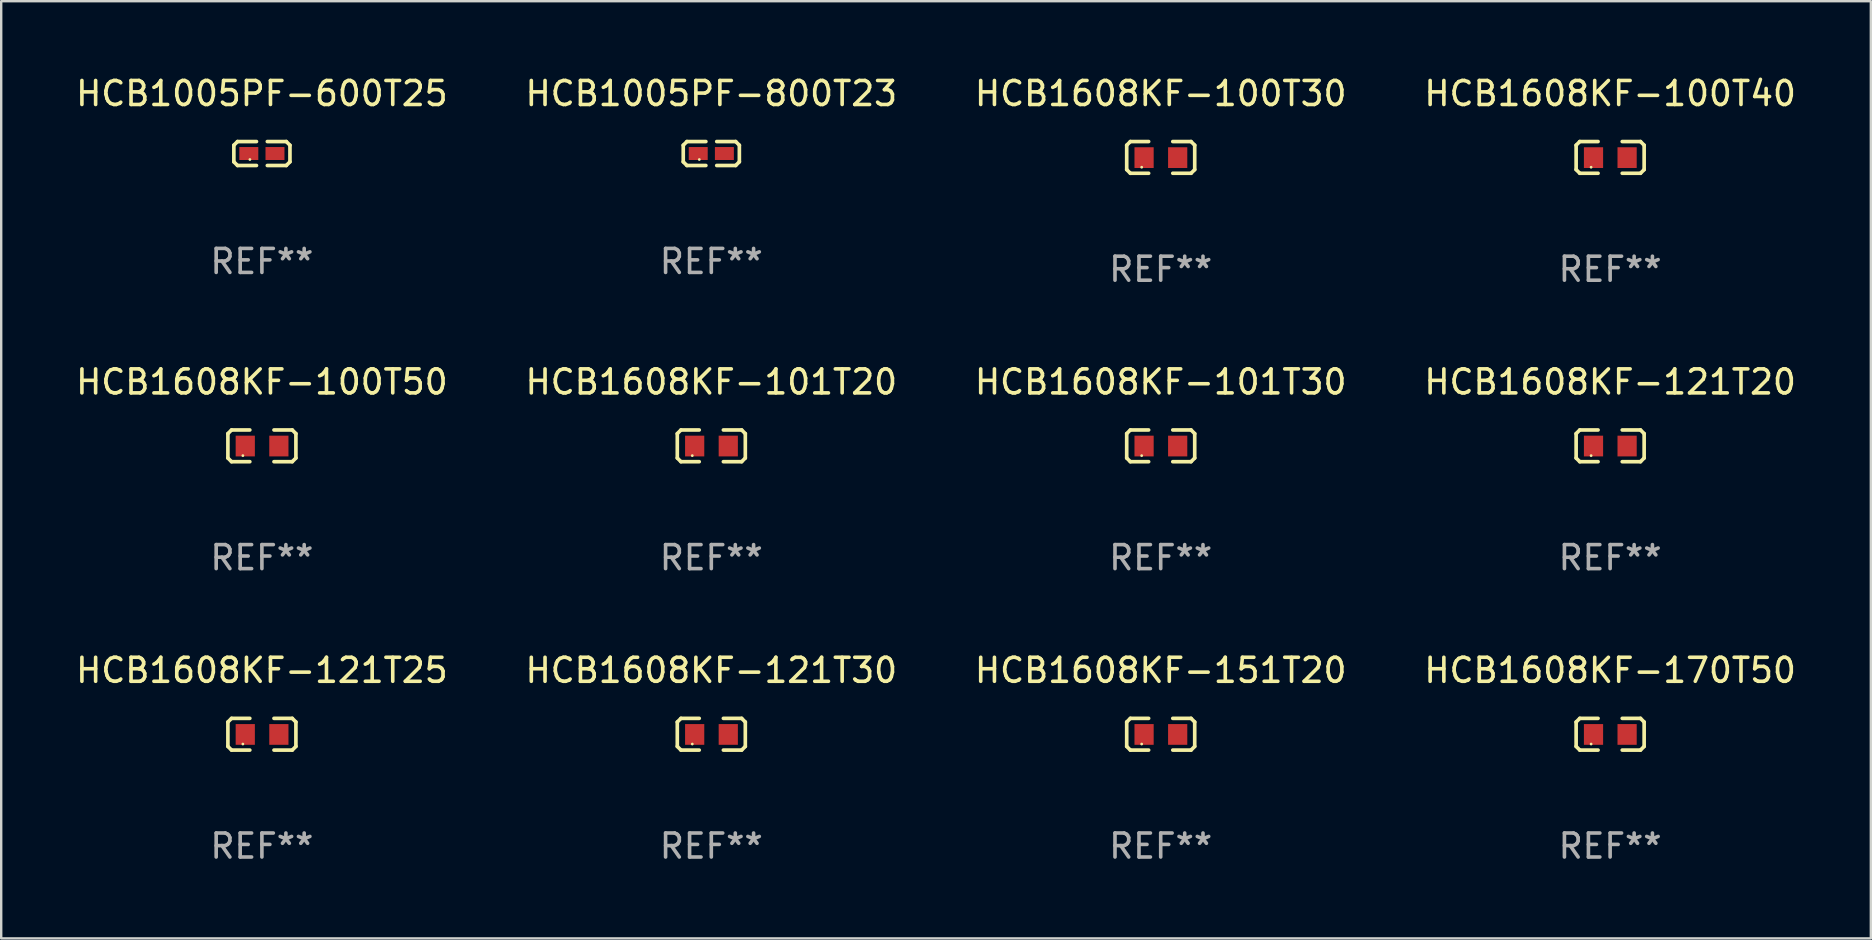
<source format=kicad_pcb>
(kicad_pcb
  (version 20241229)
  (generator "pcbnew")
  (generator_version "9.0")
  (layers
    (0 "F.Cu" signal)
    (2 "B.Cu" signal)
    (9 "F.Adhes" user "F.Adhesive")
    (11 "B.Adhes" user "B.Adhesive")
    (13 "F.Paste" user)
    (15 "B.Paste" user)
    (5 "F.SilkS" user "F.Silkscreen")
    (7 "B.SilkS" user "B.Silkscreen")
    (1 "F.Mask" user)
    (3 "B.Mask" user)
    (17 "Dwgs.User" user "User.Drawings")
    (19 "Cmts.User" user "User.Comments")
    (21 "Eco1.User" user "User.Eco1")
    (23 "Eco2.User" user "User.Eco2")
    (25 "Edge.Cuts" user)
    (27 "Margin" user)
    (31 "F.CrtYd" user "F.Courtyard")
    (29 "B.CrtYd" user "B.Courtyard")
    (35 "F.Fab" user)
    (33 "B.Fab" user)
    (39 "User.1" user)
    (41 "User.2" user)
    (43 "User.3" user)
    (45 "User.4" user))
  (footprint "HCB1608KF-100T50"
    (layer "F.Cu")
    (at 7.863 15.527)
    (property "Reference" "HCB1608KF-100T50" (at 0 -2.661 0) (layer "F.SilkS") (effects (font (size 1 1) (thickness 0.15))))
    (attr through_hole)
    (fp_line (start -1.417 -0.508) (end -1.265 -0.661) (stroke (width 0.152) (type solid)) (layer "F.SilkS"))
    (fp_line (start -1.417 0.508) (end -1.417 -0.508) (stroke (width 0.152) (type solid)) (layer "F.SilkS"))
    (fp_line (start -1.265 -0.661) (end -0.503 -0.661) (stroke (width 0.152) (type solid)) (layer "F.SilkS"))
    (fp_line (start -1.265 0.661) (end -1.417 0.508) (stroke (width 0.152) (type solid)) (layer "F.SilkS"))
    (fp_line (start -1.265 0.661) (end -0.503 0.661) (stroke (width 0.152) (type solid)) (layer "F.SilkS"))
    (fp_line (start 1.265 -0.661) (end 0.503 -0.661) (stroke (width 0.152) (type solid)) (layer "F.SilkS"))
    (fp_line (start 1.265 -0.661) (end 1.417 -0.508) (stroke (width 0.152) (type solid)) (layer "F.SilkS"))
    (fp_line (start 1.265 0.661) (end 0.503 0.661) (stroke (width 0.152) (type solid)) (layer "F.SilkS"))
    (fp_line (start 1.417 -0.508) (end 1.417 0.508) (stroke (width 0.152) (type solid)) (layer "F.SilkS"))
    (fp_line (start 1.417 0.508) (end 1.265 0.661) (stroke (width 0.152) (type solid)) (layer "F.SilkS"))
    (fp_circle (center -0.793 0.409) (end -0.763 0.409) (stroke (width 0.06) (type solid)) (fill no) (layer "F.SilkS"))
    (fp_text user "REF**" (at 0 4.661 0) (layer "F.Fab") (effects (font (size 1 1) (thickness 0.15))))
    (pad "1" smd rect (at -0.693 0.009 180) (size 0.8 0.864) (layers "F.Cu" "F.Mask" "F.Paste"))
    (pad "2" smd rect (at 0.707 0.009 180) (size 0.8 0.864) (layers "F.Cu" "F.Mask" "F.Paste")))
  (footprint "HCB1608KF-121T30"
    (layer "F.Cu")
    (at 26.589 27.544)
    (property "Reference" "HCB1608KF-121T30" (at 0 -2.661 0) (layer "F.SilkS") (effects (font (size 1 1) (thickness 0.15))))
    (attr through_hole)
    (fp_line (start -1.417 -0.508) (end -1.265 -0.661) (stroke (width 0.152) (type solid)) (layer "F.SilkS"))
    (fp_line (start -1.417 0.508) (end -1.417 -0.508) (stroke (width 0.152) (type solid)) (layer "F.SilkS"))
    (fp_line (start -1.265 -0.661) (end -0.503 -0.661) (stroke (width 0.152) (type solid)) (layer "F.SilkS"))
    (fp_line (start -1.265 0.661) (end -1.417 0.508) (stroke (width 0.152) (type solid)) (layer "F.SilkS"))
    (fp_line (start -1.265 0.661) (end -0.503 0.661) (stroke (width 0.152) (type solid)) (layer "F.SilkS"))
    (fp_line (start 1.265 -0.661) (end 0.503 -0.661) (stroke (width 0.152) (type solid)) (layer "F.SilkS"))
    (fp_line (start 1.265 -0.661) (end 1.417 -0.508) (stroke (width 0.152) (type solid)) (layer "F.SilkS"))
    (fp_line (start 1.265 0.661) (end 0.503 0.661) (stroke (width 0.152) (type solid)) (layer "F.SilkS"))
    (fp_line (start 1.417 -0.508) (end 1.417 0.508) (stroke (width 0.152) (type solid)) (layer "F.SilkS"))
    (fp_line (start 1.417 0.508) (end 1.265 0.661) (stroke (width 0.152) (type solid)) (layer "F.SilkS"))
    (fp_circle (center -0.793 0.409) (end -0.763 0.409) (stroke (width 0.06) (type solid)) (fill no) (layer "F.SilkS"))
    (fp_text user "REF**" (at 0 4.661 0) (layer "F.Fab") (effects (font (size 1 1) (thickness 0.15))))
    (pad "1" smd rect (at -0.693 0.009 180) (size 0.8 0.864) (layers "F.Cu" "F.Mask" "F.Paste"))
    (pad "2" smd rect (at 0.707 0.009 180) (size 0.8 0.864) (layers "F.Cu" "F.Mask" "F.Paste")))
  (footprint "HCB1608KF-121T25"
    (layer "F.Cu")
    (at 7.863 27.544)
    (property "Reference" "HCB1608KF-121T25" (at 0 -2.661 0) (layer "F.SilkS") (effects (font (size 1 1) (thickness 0.15))))
    (attr through_hole)
    (fp_line (start -1.417 -0.508) (end -1.265 -0.661) (stroke (width 0.152) (type solid)) (layer "F.SilkS"))
    (fp_line (start -1.417 0.508) (end -1.417 -0.508) (stroke (width 0.152) (type solid)) (layer "F.SilkS"))
    (fp_line (start -1.265 -0.661) (end -0.503 -0.661) (stroke (width 0.152) (type solid)) (layer "F.SilkS"))
    (fp_line (start -1.265 0.661) (end -1.417 0.508) (stroke (width 0.152) (type solid)) (layer "F.SilkS"))
    (fp_line (start -1.265 0.661) (end -0.503 0.661) (stroke (width 0.152) (type solid)) (layer "F.SilkS"))
    (fp_line (start 1.265 -0.661) (end 0.503 -0.661) (stroke (width 0.152) (type solid)) (layer "F.SilkS"))
    (fp_line (start 1.265 -0.661) (end 1.417 -0.508) (stroke (width 0.152) (type solid)) (layer "F.SilkS"))
    (fp_line (start 1.265 0.661) (end 0.503 0.661) (stroke (width 0.152) (type solid)) (layer "F.SilkS"))
    (fp_line (start 1.417 -0.508) (end 1.417 0.508) (stroke (width 0.152) (type solid)) (layer "F.SilkS"))
    (fp_line (start 1.417 0.508) (end 1.265 0.661) (stroke (width 0.152) (type solid)) (layer "F.SilkS"))
    (fp_circle (center -0.793 0.409) (end -0.763 0.409) (stroke (width 0.06) (type solid)) (fill no) (layer "F.SilkS"))
    (fp_text user "REF**" (at 0 4.661 0) (layer "F.Fab") (effects (font (size 1 1) (thickness 0.15))))
    (pad "1" smd rect (at -0.693 0.009 180) (size 0.8 0.864) (layers "F.Cu" "F.Mask" "F.Paste"))
    (pad "2" smd rect (at 0.707 0.009 180) (size 0.8 0.864) (layers "F.Cu" "F.Mask" "F.Paste")))
  (footprint "HCB1608KF-151T20"
    (layer "F.Cu")
    (at 45.315 27.544)
    (property "Reference" "HCB1608KF-151T20" (at 0 -2.661 0) (layer "F.SilkS") (effects (font (size 1 1) (thickness 0.15))))
    (attr through_hole)
    (fp_line (start -1.417 -0.508) (end -1.265 -0.661) (stroke (width 0.152) (type solid)) (layer "F.SilkS"))
    (fp_line (start -1.417 0.508) (end -1.417 -0.508) (stroke (width 0.152) (type solid)) (layer "F.SilkS"))
    (fp_line (start -1.265 -0.661) (end -0.503 -0.661) (stroke (width 0.152) (type solid)) (layer "F.SilkS"))
    (fp_line (start -1.265 0.661) (end -1.417 0.508) (stroke (width 0.152) (type solid)) (layer "F.SilkS"))
    (fp_line (start -1.265 0.661) (end -0.503 0.661) (stroke (width 0.152) (type solid)) (layer "F.SilkS"))
    (fp_line (start 1.265 -0.661) (end 0.503 -0.661) (stroke (width 0.152) (type solid)) (layer "F.SilkS"))
    (fp_line (start 1.265 -0.661) (end 1.417 -0.508) (stroke (width 0.152) (type solid)) (layer "F.SilkS"))
    (fp_line (start 1.265 0.661) (end 0.503 0.661) (stroke (width 0.152) (type solid)) (layer "F.SilkS"))
    (fp_line (start 1.417 -0.508) (end 1.417 0.508) (stroke (width 0.152) (type solid)) (layer "F.SilkS"))
    (fp_line (start 1.417 0.508) (end 1.265 0.661) (stroke (width 0.152) (type solid)) (layer "F.SilkS"))
    (fp_circle (center -0.793 0.409) (end -0.763 0.409) (stroke (width 0.06) (type solid)) (fill no) (layer "F.SilkS"))
    (fp_text user "REF**" (at 0 4.661 0) (layer "F.Fab") (effects (font (size 1 1) (thickness 0.15))))
    (pad "1" smd rect (at -0.693 0.009 180) (size 0.8 0.864) (layers "F.Cu" "F.Mask" "F.Paste"))
    (pad "2" smd rect (at 0.707 0.009 180) (size 0.8 0.864) (layers "F.Cu" "F.Mask" "F.Paste")))
  (footprint "HCB1608KF-100T40"
    (layer "F.Cu")
    (at 64.042 3.509)
    (property "Reference" "HCB1608KF-100T40" (at 0 -2.661 0) (layer "F.SilkS") (effects (font (size 1 1) (thickness 0.15))))
    (attr through_hole)
    (fp_line (start -1.417 -0.508) (end -1.265 -0.661) (stroke (width 0.152) (type solid)) (layer "F.SilkS"))
    (fp_line (start -1.417 0.508) (end -1.417 -0.508) (stroke (width 0.152) (type solid)) (layer "F.SilkS"))
    (fp_line (start -1.265 -0.661) (end -0.503 -0.661) (stroke (width 0.152) (type solid)) (layer "F.SilkS"))
    (fp_line (start -1.265 0.661) (end -1.417 0.508) (stroke (width 0.152) (type solid)) (layer "F.SilkS"))
    (fp_line (start -1.265 0.661) (end -0.503 0.661) (stroke (width 0.152) (type solid)) (layer "F.SilkS"))
    (fp_line (start 1.265 -0.661) (end 0.503 -0.661) (stroke (width 0.152) (type solid)) (layer "F.SilkS"))
    (fp_line (start 1.265 -0.661) (end 1.417 -0.508) (stroke (width 0.152) (type solid)) (layer "F.SilkS"))
    (fp_line (start 1.265 0.661) (end 0.503 0.661) (stroke (width 0.152) (type solid)) (layer "F.SilkS"))
    (fp_line (start 1.417 -0.508) (end 1.417 0.508) (stroke (width 0.152) (type solid)) (layer "F.SilkS"))
    (fp_line (start 1.417 0.508) (end 1.265 0.661) (stroke (width 0.152) (type solid)) (layer "F.SilkS"))
    (fp_circle (center -0.793 0.409) (end -0.763 0.409) (stroke (width 0.06) (type solid)) (fill no) (layer "F.SilkS"))
    (fp_text user "REF**" (at 0 4.661 0) (layer "F.Fab") (effects (font (size 1 1) (thickness 0.15))))
    (pad "1" smd rect (at -0.693 0.009 180) (size 0.8 0.864) (layers "F.Cu" "F.Mask" "F.Paste"))
    (pad "2" smd rect (at 0.707 0.009 180) (size 0.8 0.864) (layers "F.Cu" "F.Mask" "F.Paste")))
  (footprint "HCB1608KF-101T20"
    (layer "F.Cu")
    (at 26.589 15.527)
    (property "Reference" "HCB1608KF-101T20" (at 0 -2.661 0) (layer "F.SilkS") (effects (font (size 1 1) (thickness 0.15))))
    (attr through_hole)
    (fp_line (start -1.417 -0.508) (end -1.265 -0.661) (stroke (width 0.152) (type solid)) (layer "F.SilkS"))
    (fp_line (start -1.417 0.508) (end -1.417 -0.508) (stroke (width 0.152) (type solid)) (layer "F.SilkS"))
    (fp_line (start -1.265 -0.661) (end -0.503 -0.661) (stroke (width 0.152) (type solid)) (layer "F.SilkS"))
    (fp_line (start -1.265 0.661) (end -1.417 0.508) (stroke (width 0.152) (type solid)) (layer "F.SilkS"))
    (fp_line (start -1.265 0.661) (end -0.503 0.661) (stroke (width 0.152) (type solid)) (layer "F.SilkS"))
    (fp_line (start 1.265 -0.661) (end 0.503 -0.661) (stroke (width 0.152) (type solid)) (layer "F.SilkS"))
    (fp_line (start 1.265 -0.661) (end 1.417 -0.508) (stroke (width 0.152) (type solid)) (layer "F.SilkS"))
    (fp_line (start 1.265 0.661) (end 0.503 0.661) (stroke (width 0.152) (type solid)) (layer "F.SilkS"))
    (fp_line (start 1.417 -0.508) (end 1.417 0.508) (stroke (width 0.152) (type solid)) (layer "F.SilkS"))
    (fp_line (start 1.417 0.508) (end 1.265 0.661) (stroke (width 0.152) (type solid)) (layer "F.SilkS"))
    (fp_circle (center -0.793 0.409) (end -0.763 0.409) (stroke (width 0.06) (type solid)) (fill no) (layer "F.SilkS"))
    (fp_text user "REF**" (at 0 4.661 0) (layer "F.Fab") (effects (font (size 1 1) (thickness 0.15))))
    (pad "1" smd rect (at -0.693 0.009 180) (size 0.8 0.864) (layers "F.Cu" "F.Mask" "F.Paste"))
    (pad "2" smd rect (at 0.707 0.009 180) (size 0.8 0.864) (layers "F.Cu" "F.Mask" "F.Paste")))
  (footprint "HCB1005PF-600T25"
    (layer "F.Cu")
    (at 7.863 3.347)
    (property "Reference" "HCB1005PF-600T25" (at 0 -2.499 0) (layer "F.SilkS") (effects (font (size 1 1) (thickness 0.15))))
    (attr through_hole)
    (fp_line (start -1.169 -0.346) (end -1.016 -0.499) (stroke (width 0.152) (type solid)) (layer "F.SilkS"))
    (fp_line (start -1.169 0.346) (end -1.169 -0.346) (stroke (width 0.152) (type solid)) (layer "F.SilkS"))
    (fp_line (start -1.016 -0.499) (end -0.226 -0.499) (stroke (width 0.152) (type solid)) (layer "F.SilkS"))
    (fp_line (start -1.016 0.499) (end -1.169 0.346) (stroke (width 0.152) (type solid)) (layer "F.SilkS"))
    (fp_line (start -0.226 0.499) (end -1.016 0.499) (stroke (width 0.152) (type solid)) (layer "F.SilkS"))
    (fp_line (start 0.226 0.499) (end 1.016 0.499) (stroke (width 0.152) (type solid)) (layer "F.SilkS"))
    (fp_line (start 1.016 -0.499) (end 0.226 -0.499) (stroke (width 0.152) (type solid)) (layer "F.SilkS"))
    (fp_line (start 1.016 0.499) (end 1.169 0.346) (stroke (width 0.152) (type solid)) (layer "F.SilkS"))
    (fp_line (start 1.169 -0.346) (end 1.016 -0.499) (stroke (width 0.152) (type solid)) (layer "F.SilkS"))
    (fp_line (start 1.169 0.346) (end 1.169 -0.346) (stroke (width 0.152) (type solid)) (layer "F.SilkS"))
    (fp_circle (center -0.5 0.25) (end -0.47 0.25) (stroke (width 0.06) (type solid)) (fill no) (layer "F.SilkS"))
    (fp_text user "REF**" (at 0 4.499 0) (layer "F.Fab") (effects (font (size 1 1) (thickness 0.15))))
    (pad "1" smd rect (at -0.545 0) (size 0.79 0.54) (layers "F.Cu" "F.Mask" "F.Paste"))
    (pad "2" smd rect (at 0.545 0) (size 0.79 0.54) (layers "F.Cu" "F.Mask" "F.Paste")))
  (footprint "HCB1005PF-800T23"
    (layer "F.Cu")
    (at 26.589 3.347)
    (property "Reference" "HCB1005PF-800T23" (at 0 -2.499 0) (layer "F.SilkS") (effects (font (size 1 1) (thickness 0.15))))
    (attr through_hole)
    (fp_line (start -1.169 -0.346) (end -1.016 -0.499) (stroke (width 0.152) (type solid)) (layer "F.SilkS"))
    (fp_line (start -1.169 0.346) (end -1.169 -0.346) (stroke (width 0.152) (type solid)) (layer "F.SilkS"))
    (fp_line (start -1.016 -0.499) (end -0.226 -0.499) (stroke (width 0.152) (type solid)) (layer "F.SilkS"))
    (fp_line (start -1.016 0.499) (end -1.169 0.346) (stroke (width 0.152) (type solid)) (layer "F.SilkS"))
    (fp_line (start -0.226 0.499) (end -1.016 0.499) (stroke (width 0.152) (type solid)) (layer "F.SilkS"))
    (fp_line (start 0.226 0.499) (end 1.016 0.499) (stroke (width 0.152) (type solid)) (layer "F.SilkS"))
    (fp_line (start 1.016 -0.499) (end 0.226 -0.499) (stroke (width 0.152) (type solid)) (layer "F.SilkS"))
    (fp_line (start 1.016 0.499) (end 1.169 0.346) (stroke (width 0.152) (type solid)) (layer "F.SilkS"))
    (fp_line (start 1.169 -0.346) (end 1.016 -0.499) (stroke (width 0.152) (type solid)) (layer "F.SilkS"))
    (fp_line (start 1.169 0.346) (end 1.169 -0.346) (stroke (width 0.152) (type solid)) (layer "F.SilkS"))
    (fp_circle (center -0.5 0.25) (end -0.47 0.25) (stroke (width 0.06) (type solid)) (fill no) (layer "F.SilkS"))
    (fp_text user "REF**" (at 0 4.499 0) (layer "F.Fab") (effects (font (size 1 1) (thickness 0.15))))
    (pad "1" smd rect (at -0.545 0) (size 0.79 0.54) (layers "F.Cu" "F.Mask" "F.Paste"))
    (pad "2" smd rect (at 0.545 0) (size 0.79 0.54) (layers "F.Cu" "F.Mask" "F.Paste")))
  (footprint "HCB1608KF-100T30"
    (layer "F.Cu")
    (at 45.315 3.509)
    (property "Reference" "HCB1608KF-100T30" (at 0 -2.661 0) (layer "F.SilkS") (effects (font (size 1 1) (thickness 0.15))))
    (attr through_hole)
    (fp_line (start -1.417 -0.508) (end -1.265 -0.661) (stroke (width 0.152) (type solid)) (layer "F.SilkS"))
    (fp_line (start -1.417 0.508) (end -1.417 -0.508) (stroke (width 0.152) (type solid)) (layer "F.SilkS"))
    (fp_line (start -1.265 -0.661) (end -0.503 -0.661) (stroke (width 0.152) (type solid)) (layer "F.SilkS"))
    (fp_line (start -1.265 0.661) (end -1.417 0.508) (stroke (width 0.152) (type solid)) (layer "F.SilkS"))
    (fp_line (start -1.265 0.661) (end -0.503 0.661) (stroke (width 0.152) (type solid)) (layer "F.SilkS"))
    (fp_line (start 1.265 -0.661) (end 0.503 -0.661) (stroke (width 0.152) (type solid)) (layer "F.SilkS"))
    (fp_line (start 1.265 -0.661) (end 1.417 -0.508) (stroke (width 0.152) (type solid)) (layer "F.SilkS"))
    (fp_line (start 1.265 0.661) (end 0.503 0.661) (stroke (width 0.152) (type solid)) (layer "F.SilkS"))
    (fp_line (start 1.417 -0.508) (end 1.417 0.508) (stroke (width 0.152) (type solid)) (layer "F.SilkS"))
    (fp_line (start 1.417 0.508) (end 1.265 0.661) (stroke (width 0.152) (type solid)) (layer "F.SilkS"))
    (fp_circle (center -0.793 0.409) (end -0.763 0.409) (stroke (width 0.06) (type solid)) (fill no) (layer "F.SilkS"))
    (fp_text user "REF**" (at 0 4.661 0) (layer "F.Fab") (effects (font (size 1 1) (thickness 0.15))))
    (pad "1" smd rect (at -0.693 0.009 180) (size 0.8 0.864) (layers "F.Cu" "F.Mask" "F.Paste"))
    (pad "2" smd rect (at 0.707 0.009 180) (size 0.8 0.864) (layers "F.Cu" "F.Mask" "F.Paste")))
  (footprint "HCB1608KF-101T30"
    (layer "F.Cu")
    (at 45.315 15.527)
    (property "Reference" "HCB1608KF-101T30" (at 0 -2.661 0) (layer "F.SilkS") (effects (font (size 1 1) (thickness 0.15))))
    (attr through_hole)
    (fp_line (start -1.417 -0.508) (end -1.265 -0.661) (stroke (width 0.152) (type solid)) (layer "F.SilkS"))
    (fp_line (start -1.417 0.508) (end -1.417 -0.508) (stroke (width 0.152) (type solid)) (layer "F.SilkS"))
    (fp_line (start -1.265 -0.661) (end -0.503 -0.661) (stroke (width 0.152) (type solid)) (layer "F.SilkS"))
    (fp_line (start -1.265 0.661) (end -1.417 0.508) (stroke (width 0.152) (type solid)) (layer "F.SilkS"))
    (fp_line (start -1.265 0.661) (end -0.503 0.661) (stroke (width 0.152) (type solid)) (layer "F.SilkS"))
    (fp_line (start 1.265 -0.661) (end 0.503 -0.661) (stroke (width 0.152) (type solid)) (layer "F.SilkS"))
    (fp_line (start 1.265 -0.661) (end 1.417 -0.508) (stroke (width 0.152) (type solid)) (layer "F.SilkS"))
    (fp_line (start 1.265 0.661) (end 0.503 0.661) (stroke (width 0.152) (type solid)) (layer "F.SilkS"))
    (fp_line (start 1.417 -0.508) (end 1.417 0.508) (stroke (width 0.152) (type solid)) (layer "F.SilkS"))
    (fp_line (start 1.417 0.508) (end 1.265 0.661) (stroke (width 0.152) (type solid)) (layer "F.SilkS"))
    (fp_circle (center -0.793 0.409) (end -0.763 0.409) (stroke (width 0.06) (type solid)) (fill no) (layer "F.SilkS"))
    (fp_text user "REF**" (at 0 4.661 0) (layer "F.Fab") (effects (font (size 1 1) (thickness 0.15))))
    (pad "1" smd rect (at -0.693 0.009 180) (size 0.8 0.864) (layers "F.Cu" "F.Mask" "F.Paste"))
    (pad "2" smd rect (at 0.707 0.009 180) (size 0.8 0.864) (layers "F.Cu" "F.Mask" "F.Paste")))
  (footprint "HCB1608KF-121T20"
    (layer "F.Cu")
    (at 64.042 15.527)
    (property "Reference" "HCB1608KF-121T20" (at 0 -2.661 0) (layer "F.SilkS") (effects (font (size 1 1) (thickness 0.15))))
    (attr through_hole)
    (fp_line (start -1.417 -0.508) (end -1.265 -0.661) (stroke (width 0.152) (type solid)) (layer "F.SilkS"))
    (fp_line (start -1.417 0.508) (end -1.417 -0.508) (stroke (width 0.152) (type solid)) (layer "F.SilkS"))
    (fp_line (start -1.265 -0.661) (end -0.503 -0.661) (stroke (width 0.152) (type solid)) (layer "F.SilkS"))
    (fp_line (start -1.265 0.661) (end -1.417 0.508) (stroke (width 0.152) (type solid)) (layer "F.SilkS"))
    (fp_line (start -1.265 0.661) (end -0.503 0.661) (stroke (width 0.152) (type solid)) (layer "F.SilkS"))
    (fp_line (start 1.265 -0.661) (end 0.503 -0.661) (stroke (width 0.152) (type solid)) (layer "F.SilkS"))
    (fp_line (start 1.265 -0.661) (end 1.417 -0.508) (stroke (width 0.152) (type solid)) (layer "F.SilkS"))
    (fp_line (start 1.265 0.661) (end 0.503 0.661) (stroke (width 0.152) (type solid)) (layer "F.SilkS"))
    (fp_line (start 1.417 -0.508) (end 1.417 0.508) (stroke (width 0.152) (type solid)) (layer "F.SilkS"))
    (fp_line (start 1.417 0.508) (end 1.265 0.661) (stroke (width 0.152) (type solid)) (layer "F.SilkS"))
    (fp_circle (center -0.793 0.409) (end -0.763 0.409) (stroke (width 0.06) (type solid)) (fill no) (layer "F.SilkS"))
    (fp_text user "REF**" (at 0 4.661 0) (layer "F.Fab") (effects (font (size 1 1) (thickness 0.15))))
    (pad "1" smd rect (at -0.693 0.009 180) (size 0.8 0.864) (layers "F.Cu" "F.Mask" "F.Paste"))
    (pad "2" smd rect (at 0.707 0.009 180) (size 0.8 0.864) (layers "F.Cu" "F.Mask" "F.Paste")))
  (footprint "HCB1608KF-170T50"
    (layer "F.Cu")
    (at 64.042 27.544)
    (property "Reference" "HCB1608KF-170T50" (at 0 -2.661 0) (layer "F.SilkS") (effects (font (size 1 1) (thickness 0.15))))
    (attr through_hole)
    (fp_line (start -1.417 -0.508) (end -1.265 -0.661) (stroke (width 0.152) (type solid)) (layer "F.SilkS"))
    (fp_line (start -1.417 0.508) (end -1.417 -0.508) (stroke (width 0.152) (type solid)) (layer "F.SilkS"))
    (fp_line (start -1.265 -0.661) (end -0.503 -0.661) (stroke (width 0.152) (type solid)) (layer "F.SilkS"))
    (fp_line (start -1.265 0.661) (end -1.417 0.508) (stroke (width 0.152) (type solid)) (layer "F.SilkS"))
    (fp_line (start -1.265 0.661) (end -0.503 0.661) (stroke (width 0.152) (type solid)) (layer "F.SilkS"))
    (fp_line (start 1.265 -0.661) (end 0.503 -0.661) (stroke (width 0.152) (type solid)) (layer "F.SilkS"))
    (fp_line (start 1.265 -0.661) (end 1.417 -0.508) (stroke (width 0.152) (type solid)) (layer "F.SilkS"))
    (fp_line (start 1.265 0.661) (end 0.503 0.661) (stroke (width 0.152) (type solid)) (layer "F.SilkS"))
    (fp_line (start 1.417 -0.508) (end 1.417 0.508) (stroke (width 0.152) (type solid)) (layer "F.SilkS"))
    (fp_line (start 1.417 0.508) (end 1.265 0.661) (stroke (width 0.152) (type solid)) (layer "F.SilkS"))
    (fp_circle (center -0.793 0.409) (end -0.763 0.409) (stroke (width 0.06) (type solid)) (fill no) (layer "F.SilkS"))
    (fp_text user "REF**" (at 0 4.661 0) (layer "F.Fab") (effects (font (size 1 1) (thickness 0.15))))
    (pad "1" smd rect (at -0.693 0.009 180) (size 0.8 0.864) (layers "F.Cu" "F.Mask" "F.Paste"))
    (pad "2" smd rect (at 0.707 0.009 180) (size 0.8 0.864) (layers "F.Cu" "F.Mask" "F.Paste")))
  (gr_rect
    (start -3 -3)
    (end 74.905 36.053)
    (stroke (width 0.1) (type default))
    (fill no)
    (layer "Edge.Cuts")))
</source>
